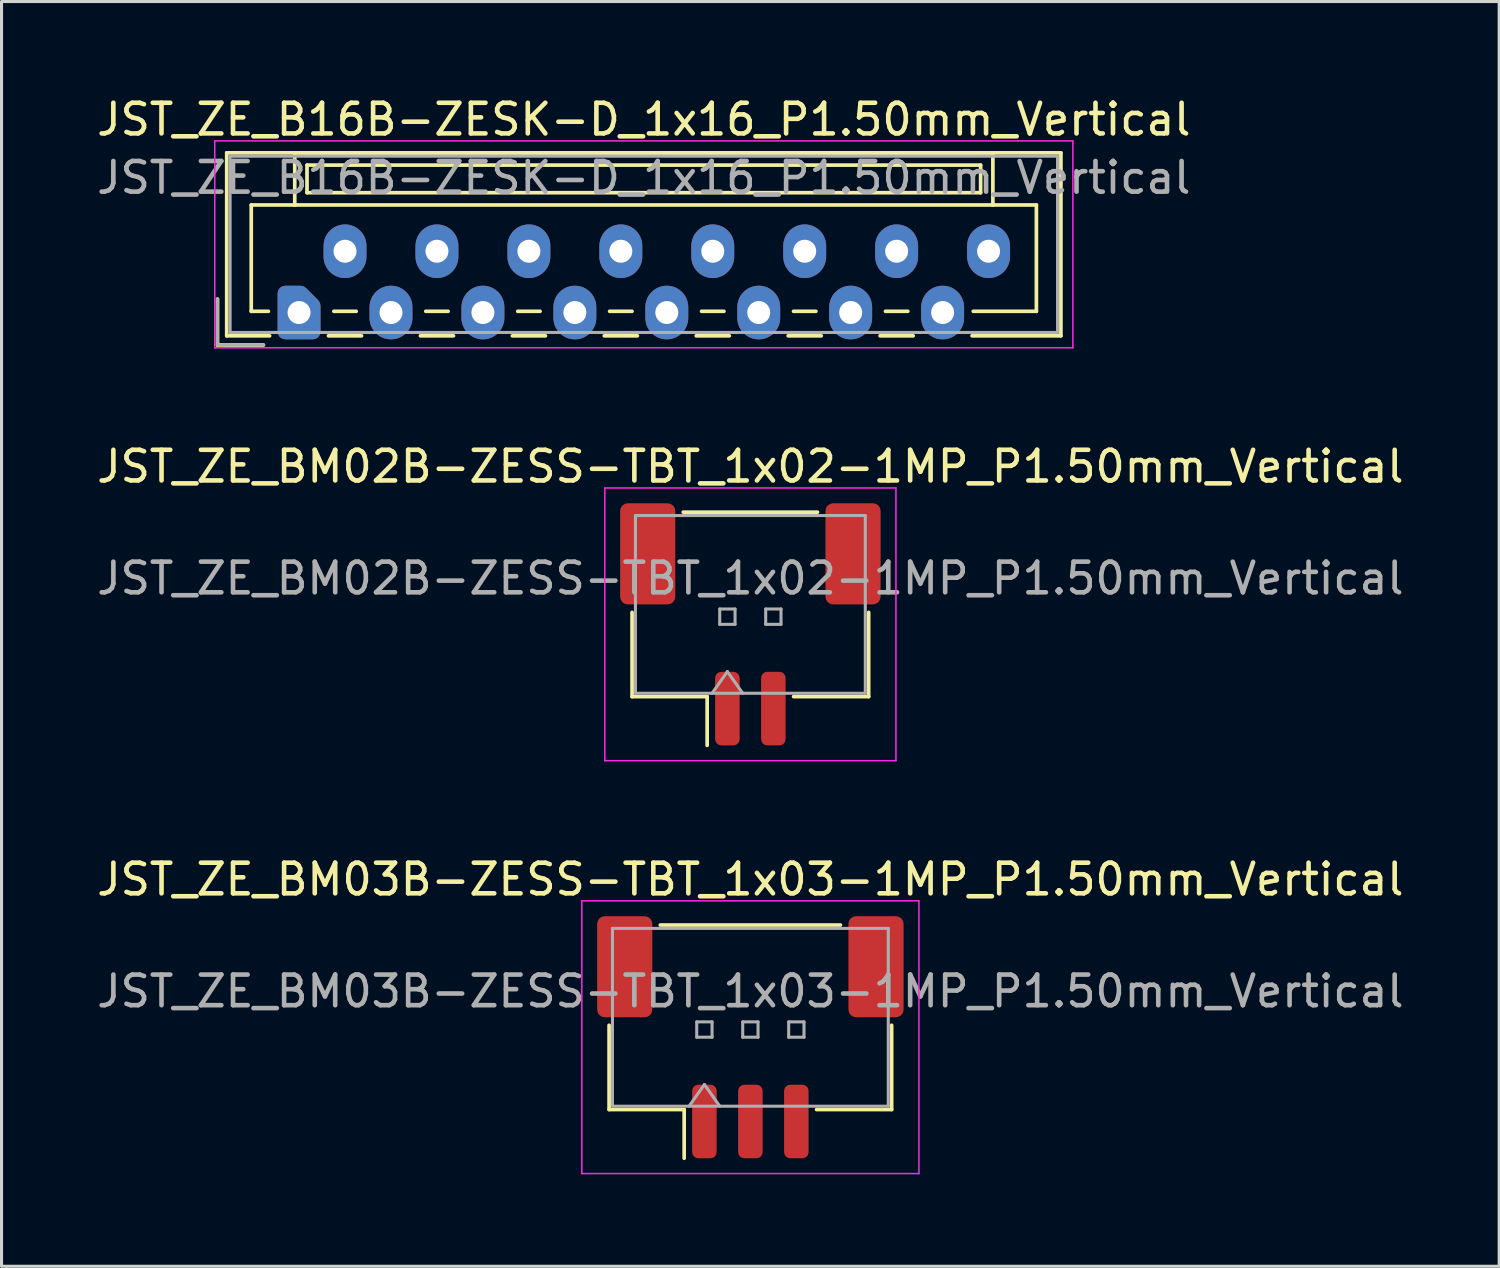
<source format=kicad_pcb>
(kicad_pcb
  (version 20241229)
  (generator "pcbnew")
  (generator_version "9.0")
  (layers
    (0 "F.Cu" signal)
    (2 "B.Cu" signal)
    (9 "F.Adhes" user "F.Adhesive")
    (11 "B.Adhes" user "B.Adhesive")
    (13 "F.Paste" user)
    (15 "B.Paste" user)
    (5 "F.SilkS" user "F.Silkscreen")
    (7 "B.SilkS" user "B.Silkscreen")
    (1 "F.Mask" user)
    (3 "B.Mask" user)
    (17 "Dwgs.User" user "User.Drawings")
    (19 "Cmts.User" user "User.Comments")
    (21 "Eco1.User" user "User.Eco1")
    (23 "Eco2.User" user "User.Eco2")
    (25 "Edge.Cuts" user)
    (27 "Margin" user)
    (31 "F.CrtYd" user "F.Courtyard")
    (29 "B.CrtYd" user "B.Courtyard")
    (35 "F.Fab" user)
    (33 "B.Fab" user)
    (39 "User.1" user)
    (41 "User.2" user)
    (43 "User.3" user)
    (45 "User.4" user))
  (footprint "JST_ZE_BM02B-ZESS-TBT_1x02-1MP_P1.50mm_Vertical"
    (layer "F.Cu")
    (at 21.435 17.322)
    (property "Reference" "JST_ZE_BM02B-ZESS-TBT_1x02-1MP_P1.50mm_Vertical" (at 0 -5.15 0) (layer "F.SilkS") (effects (font (size 1 1) (thickness 0.15))))
    (attr smd)
    (fp_line (start -3.86 -0.39) (end -3.86 2.36) (stroke (width 0.12) (type solid)) (layer "F.SilkS"))
    (fp_line (start -3.86 2.36) (end -1.41 2.36) (stroke (width 0.12) (type solid)) (layer "F.SilkS"))
    (fp_line (start -2.19 -3.66) (end 2.19 -3.66) (stroke (width 0.12) (type solid)) (layer "F.SilkS"))
    (fp_line (start -1.41 2.36) (end -1.41 3.95) (stroke (width 0.12) (type solid)) (layer "F.SilkS"))
    (fp_line (start 3.86 -0.39) (end 3.86 2.36) (stroke (width 0.12) (type solid)) (layer "F.SilkS"))
    (fp_line (start 3.86 2.36) (end 1.41 2.36) (stroke (width 0.12) (type solid)) (layer "F.SilkS"))
    (fp_line (start -4.75 -4.45) (end -4.75 4.45) (stroke (width 0.05) (type solid)) (layer "F.CrtYd"))
    (fp_line (start -4.75 4.45) (end 4.75 4.45) (stroke (width 0.05) (type solid)) (layer "F.CrtYd"))
    (fp_line (start 4.75 -4.45) (end -4.75 -4.45) (stroke (width 0.05) (type solid)) (layer "F.CrtYd"))
    (fp_line (start 4.75 4.45) (end 4.75 -4.45) (stroke (width 0.05) (type solid)) (layer "F.CrtYd"))
    (fp_line (start -3.75 -3.55) (end 3.75 -3.55) (stroke (width 0.1) (type solid)) (layer "F.Fab"))
    (fp_line (start -3.75 2.25) (end -3.75 -3.55) (stroke (width 0.1) (type solid)) (layer "F.Fab"))
    (fp_line (start -3.75 2.25) (end 3.75 2.25) (stroke (width 0.1) (type solid)) (layer "F.Fab"))
    (fp_line (start -1.25 2.25) (end -0.75 1.543) (stroke (width 0.1) (type solid)) (layer "F.Fab"))
    (fp_line (start -1 -0.5) (end -1 0) (stroke (width 0.1) (type solid)) (layer "F.Fab"))
    (fp_line (start -1 0) (end -0.5 0) (stroke (width 0.1) (type solid)) (layer "F.Fab"))
    (fp_line (start -0.75 1.543) (end -0.25 2.25) (stroke (width 0.1) (type solid)) (layer "F.Fab"))
    (fp_line (start -0.5 -0.5) (end -1 -0.5) (stroke (width 0.1) (type solid)) (layer "F.Fab"))
    (fp_line (start -0.5 0) (end -0.5 -0.5) (stroke (width 0.1) (type solid)) (layer "F.Fab"))
    (fp_line (start 0.5 -0.5) (end 0.5 0) (stroke (width 0.1) (type solid)) (layer "F.Fab"))
    (fp_line (start 0.5 0) (end 1 0) (stroke (width 0.1) (type solid)) (layer "F.Fab"))
    (fp_line (start 1 -0.5) (end 0.5 -0.5) (stroke (width 0.1) (type solid)) (layer "F.Fab"))
    (fp_line (start 1 0) (end 1 -0.5) (stroke (width 0.1) (type solid)) (layer "F.Fab"))
    (fp_line (start 3.75 2.25) (end 3.75 -3.55) (stroke (width 0.1) (type solid)) (layer "F.Fab"))
    (fp_text user "${REFERENCE}" (at 0 -1.5 0) (layer "F.Fab") (effects (font (size 1 1) (thickness 0.15))))
    (pad "1" smd roundrect (at -0.75 2.75) (size 0.8 2.4) (layers "F.Cu" "F.Mask" "F.Paste") (roundrect_rratio 0.25))
    (pad "2" smd roundrect (at 0.75 2.75) (size 0.8 2.4) (layers "F.Cu" "F.Mask" "F.Paste") (roundrect_rratio 0.25))
    (pad "MP" smd roundrect (at -3.35 -2.3) (size 1.8 3.3) (layers "F.Cu" "F.Mask" "F.Paste") (roundrect_rratio 0.139))
    (pad "MP" smd roundrect (at 3.35 -2.3) (size 1.8 3.3) (layers "F.Cu" "F.Mask" "F.Paste") (roundrect_rratio 0.139)))
  (footprint "JST_ZE_BM03B-ZESS-TBT_1x03-1MP_P1.50mm_Vertical"
    (layer "F.Cu")
    (at 21.435 30.795)
    (property "Reference" "JST_ZE_BM03B-ZESS-TBT_1x03-1MP_P1.50mm_Vertical" (at 0 -5.15 0) (layer "F.SilkS") (effects (font (size 1 1) (thickness 0.15))))
    (attr smd)
    (fp_line (start -4.61 -0.39) (end -4.61 2.36) (stroke (width 0.12) (type solid)) (layer "F.SilkS"))
    (fp_line (start -4.61 2.36) (end -2.16 2.36) (stroke (width 0.12) (type solid)) (layer "F.SilkS"))
    (fp_line (start -2.94 -3.66) (end 2.94 -3.66) (stroke (width 0.12) (type solid)) (layer "F.SilkS"))
    (fp_line (start -2.16 2.36) (end -2.16 3.95) (stroke (width 0.12) (type solid)) (layer "F.SilkS"))
    (fp_line (start 4.61 -0.39) (end 4.61 2.36) (stroke (width 0.12) (type solid)) (layer "F.SilkS"))
    (fp_line (start 4.61 2.36) (end 2.16 2.36) (stroke (width 0.12) (type solid)) (layer "F.SilkS"))
    (fp_line (start -5.5 -4.45) (end -5.5 4.45) (stroke (width 0.05) (type solid)) (layer "F.CrtYd"))
    (fp_line (start -5.5 4.45) (end 5.5 4.45) (stroke (width 0.05) (type solid)) (layer "F.CrtYd"))
    (fp_line (start 5.5 -4.45) (end -5.5 -4.45) (stroke (width 0.05) (type solid)) (layer "F.CrtYd"))
    (fp_line (start 5.5 4.45) (end 5.5 -4.45) (stroke (width 0.05) (type solid)) (layer "F.CrtYd"))
    (fp_line (start -4.5 -3.55) (end 4.5 -3.55) (stroke (width 0.1) (type solid)) (layer "F.Fab"))
    (fp_line (start -4.5 2.25) (end -4.5 -3.55) (stroke (width 0.1) (type solid)) (layer "F.Fab"))
    (fp_line (start -4.5 2.25) (end 4.5 2.25) (stroke (width 0.1) (type solid)) (layer "F.Fab"))
    (fp_line (start -2 2.25) (end -1.5 1.543) (stroke (width 0.1) (type solid)) (layer "F.Fab"))
    (fp_line (start -1.75 -0.5) (end -1.75 0) (stroke (width 0.1) (type solid)) (layer "F.Fab"))
    (fp_line (start -1.75 0) (end -1.25 0) (stroke (width 0.1) (type solid)) (layer "F.Fab"))
    (fp_line (start -1.5 1.543) (end -1 2.25) (stroke (width 0.1) (type solid)) (layer "F.Fab"))
    (fp_line (start -1.25 -0.5) (end -1.75 -0.5) (stroke (width 0.1) (type solid)) (layer "F.Fab"))
    (fp_line (start -1.25 0) (end -1.25 -0.5) (stroke (width 0.1) (type solid)) (layer "F.Fab"))
    (fp_line (start -0.25 -0.5) (end -0.25 0) (stroke (width 0.1) (type solid)) (layer "F.Fab"))
    (fp_line (start -0.25 0) (end 0.25 0) (stroke (width 0.1) (type solid)) (layer "F.Fab"))
    (fp_line (start 0.25 -0.5) (end -0.25 -0.5) (stroke (width 0.1) (type solid)) (layer "F.Fab"))
    (fp_line (start 0.25 0) (end 0.25 -0.5) (stroke (width 0.1) (type solid)) (layer "F.Fab"))
    (fp_line (start 1.25 -0.5) (end 1.25 0) (stroke (width 0.1) (type solid)) (layer "F.Fab"))
    (fp_line (start 1.25 0) (end 1.75 0) (stroke (width 0.1) (type solid)) (layer "F.Fab"))
    (fp_line (start 1.75 -0.5) (end 1.25 -0.5) (stroke (width 0.1) (type solid)) (layer "F.Fab"))
    (fp_line (start 1.75 0) (end 1.75 -0.5) (stroke (width 0.1) (type solid)) (layer "F.Fab"))
    (fp_line (start 4.5 2.25) (end 4.5 -3.55) (stroke (width 0.1) (type solid)) (layer "F.Fab"))
    (fp_text user "${REFERENCE}" (at 0 -1.5 0) (layer "F.Fab") (effects (font (size 1 1) (thickness 0.15))))
    (pad "1" smd roundrect (at -1.5 2.75) (size 0.8 2.4) (layers "F.Cu" "F.Mask" "F.Paste") (roundrect_rratio 0.25))
    (pad "2" smd roundrect (at 0 2.75) (size 0.8 2.4) (layers "F.Cu" "F.Mask" "F.Paste") (roundrect_rratio 0.25))
    (pad "3" smd roundrect (at 1.5 2.75) (size 0.8 2.4) (layers "F.Cu" "F.Mask" "F.Paste") (roundrect_rratio 0.25))
    (pad "MP" smd roundrect (at -4.1 -2.3) (size 1.8 3.3) (layers "F.Cu" "F.Mask" "F.Paste") (roundrect_rratio 0.139))
    (pad "MP" smd roundrect (at 4.1 -2.3) (size 1.8 3.3) (layers "F.Cu" "F.Mask" "F.Paste") (roundrect_rratio 0.139)))
  (footprint "JST_ZE_B16B-ZESK-D_1x16_P1.50mm_Vertical"
    (layer "F.Cu")
    (at 6.708 7.148)
    (property "Reference" "JST_ZE_B16B-ZESK-D_1x16_P1.50mm_Vertical" (at 11.25 -6.3 0) (layer "F.SilkS") (effects (font (size 1 1) (thickness 0.15))))
    (attr through_hole)
    (fp_line (start -2.66 -0.44) (end -2.66 1.06) (stroke (width 0.12) (type solid)) (layer "F.SilkS"))
    (fp_line (start -2.66 1.06) (end -1.16 1.06) (stroke (width 0.12) (type solid)) (layer "F.SilkS"))
    (fp_line (start -2.36 -5.21) (end 24.86 -5.21) (stroke (width 0.12) (type solid)) (layer "F.SilkS"))
    (fp_line (start -2.36 0.76) (end -2.36 -5.21) (stroke (width 0.12) (type solid)) (layer "F.SilkS"))
    (fp_line (start -1.56 -3.51) (end -1.56 -0.04) (stroke (width 0.12) (type solid)) (layer "F.SilkS"))
    (fp_line (start -1.56 -0.04) (end -1 -0.04) (stroke (width 0.12) (type solid)) (layer "F.SilkS"))
    (fp_line (start -0.96 0.76) (end -2.36 0.76) (stroke (width 0.12) (type solid)) (layer "F.SilkS"))
    (fp_line (start -0.14 -5.21) (end -0.14 -3.51) (stroke (width 0.12) (type solid)) (layer "F.SilkS"))
    (fp_line (start -0.14 -3.51) (end -1.56 -3.51) (stroke (width 0.12) (type solid)) (layer "F.SilkS"))
    (fp_line (start -0.14 -3.51) (end 22.64 -3.51) (stroke (width 0.12) (type solid)) (layer "F.SilkS"))
    (fp_line (start 0.26 -4.81) (end 0.26 -3.91) (stroke (width 0.12) (type solid)) (layer "F.SilkS"))
    (fp_line (start 0.26 -3.91) (end 22.24 -3.91) (stroke (width 0.12) (type solid)) (layer "F.SilkS"))
    (fp_line (start 0.96 0.76) (end 2.04 0.76) (stroke (width 0.12) (type solid)) (layer "F.SilkS"))
    (fp_line (start 1.135 -0.04) (end 1.865 -0.04) (stroke (width 0.12) (type solid)) (layer "F.SilkS"))
    (fp_line (start 3.96 0.76) (end 5.04 0.76) (stroke (width 0.12) (type solid)) (layer "F.SilkS"))
    (fp_line (start 4.135 -0.04) (end 4.865 -0.04) (stroke (width 0.12) (type solid)) (layer "F.SilkS"))
    (fp_line (start 6.96 0.76) (end 8.04 0.76) (stroke (width 0.12) (type solid)) (layer "F.SilkS"))
    (fp_line (start 7.135 -0.04) (end 7.865 -0.04) (stroke (width 0.12) (type solid)) (layer "F.SilkS"))
    (fp_line (start 9.96 0.76) (end 11.04 0.76) (stroke (width 0.12) (type solid)) (layer "F.SilkS"))
    (fp_line (start 10.135 -0.04) (end 10.865 -0.04) (stroke (width 0.12) (type solid)) (layer "F.SilkS"))
    (fp_line (start 12.96 0.76) (end 14.04 0.76) (stroke (width 0.12) (type solid)) (layer "F.SilkS"))
    (fp_line (start 13.135 -0.04) (end 13.865 -0.04) (stroke (width 0.12) (type solid)) (layer "F.SilkS"))
    (fp_line (start 15.96 0.76) (end 17.04 0.76) (stroke (width 0.12) (type solid)) (layer "F.SilkS"))
    (fp_line (start 16.135 -0.04) (end 16.865 -0.04) (stroke (width 0.12) (type solid)) (layer "F.SilkS"))
    (fp_line (start 18.96 0.76) (end 20.04 0.76) (stroke (width 0.12) (type solid)) (layer "F.SilkS"))
    (fp_line (start 19.135 -0.04) (end 19.865 -0.04) (stroke (width 0.12) (type solid)) (layer "F.SilkS"))
    (fp_line (start 22.24 -4.81) (end 0.26 -4.81) (stroke (width 0.12) (type solid)) (layer "F.SilkS"))
    (fp_line (start 22.24 -3.91) (end 22.24 -4.81) (stroke (width 0.12) (type solid)) (layer "F.SilkS"))
    (fp_line (start 22.64 -5.21) (end -0.14 -5.21) (stroke (width 0.12) (type solid)) (layer "F.SilkS"))
    (fp_line (start 22.64 -3.51) (end 22.64 -5.21) (stroke (width 0.12) (type solid)) (layer "F.SilkS"))
    (fp_line (start 22.64 -3.51) (end 24.06 -3.51) (stroke (width 0.12) (type solid)) (layer "F.SilkS"))
    (fp_line (start 24.06 -3.51) (end 24.06 -0.04) (stroke (width 0.12) (type solid)) (layer "F.SilkS"))
    (fp_line (start 24.06 -0.04) (end 22 -0.04) (stroke (width 0.12) (type solid)) (layer "F.SilkS"))
    (fp_line (start 24.86 -5.21) (end 24.86 0.76) (stroke (width 0.12) (type solid)) (layer "F.SilkS"))
    (fp_line (start 24.86 0.76) (end 21.96 0.76) (stroke (width 0.12) (type solid)) (layer "F.SilkS"))
    (fp_line (start -2.75 -5.6) (end -2.75 1.15) (stroke (width 0.05) (type solid)) (layer "F.CrtYd"))
    (fp_line (start -2.75 1.15) (end 25.25 1.15) (stroke (width 0.05) (type solid)) (layer "F.CrtYd"))
    (fp_line (start 25.25 -5.6) (end -2.75 -5.6) (stroke (width 0.05) (type solid)) (layer "F.CrtYd"))
    (fp_line (start 25.25 1.15) (end 25.25 -5.6) (stroke (width 0.05) (type solid)) (layer "F.CrtYd"))
    (fp_line (start -2.66 -0.44) (end -2.66 1.06) (stroke (width 0.1) (type solid)) (layer "F.Fab"))
    (fp_line (start -2.66 1.06) (end -1.16 1.06) (stroke (width 0.1) (type solid)) (layer "F.Fab"))
    (fp_line (start -2.25 -5.1) (end -2.25 0.65) (stroke (width 0.1) (type solid)) (layer "F.Fab"))
    (fp_line (start -2.25 0.65) (end 24.75 0.65) (stroke (width 0.1) (type solid)) (layer "F.Fab"))
    (fp_line (start 24.75 -5.1) (end -2.25 -5.1) (stroke (width 0.1) (type solid)) (layer "F.Fab"))
    (fp_line (start 24.75 0.65) (end 24.75 -5.1) (stroke (width 0.1) (type solid)) (layer "F.Fab"))
    (fp_text user "${REFERENCE}" (at 11.25 -4.4 0) (layer "F.Fab") (effects (font (size 1 1) (thickness 0.15))))
    (pad "1" thru_hole custom (at 0 0) (size 1.117 1.117) (drill 0.75) (layers "*.Cu" "*.Mask") (options (anchor circle)) (primitives (gr_poly (pts (xy 0.45 -0.225) (xy 0.45 0.625) (xy -0.45 0.625) (xy -0.45 -0.625) (xy 0.05 -0.625)) (width 0.5) (fill yes))))
    (pad "2" thru_hole oval (at 1.5 -2) (size 1.4 1.75) (drill 0.75) (layers "*.Cu" "*.Mask"))
    (pad "3" thru_hole oval (at 3 0) (size 1.4 1.75) (drill 0.75) (layers "*.Cu" "*.Mask"))
    (pad "4" thru_hole oval (at 4.5 -2) (size 1.4 1.75) (drill 0.75) (layers "*.Cu" "*.Mask"))
    (pad "5" thru_hole oval (at 6 0) (size 1.4 1.75) (drill 0.75) (layers "*.Cu" "*.Mask"))
    (pad "6" thru_hole oval (at 7.5 -2) (size 1.4 1.75) (drill 0.75) (layers "*.Cu" "*.Mask"))
    (pad "7" thru_hole oval (at 9 0) (size 1.4 1.75) (drill 0.75) (layers "*.Cu" "*.Mask"))
    (pad "8" thru_hole oval (at 10.5 -2) (size 1.4 1.75) (drill 0.75) (layers "*.Cu" "*.Mask"))
    (pad "9" thru_hole oval (at 12 0) (size 1.4 1.75) (drill 0.75) (layers "*.Cu" "*.Mask"))
    (pad "10" thru_hole oval (at 13.5 -2) (size 1.4 1.75) (drill 0.75) (layers "*.Cu" "*.Mask"))
    (pad "11" thru_hole oval (at 15 0) (size 1.4 1.75) (drill 0.75) (layers "*.Cu" "*.Mask"))
    (pad "12" thru_hole oval (at 16.5 -2) (size 1.4 1.75) (drill 0.75) (layers "*.Cu" "*.Mask"))
    (pad "13" thru_hole oval (at 18 0) (size 1.4 1.75) (drill 0.75) (layers "*.Cu" "*.Mask"))
    (pad "14" thru_hole oval (at 19.5 -2) (size 1.4 1.75) (drill 0.75) (layers "*.Cu" "*.Mask"))
    (pad "15" thru_hole oval (at 21 0) (size 1.4 1.75) (drill 0.75) (layers "*.Cu" "*.Mask"))
    (pad "16" thru_hole oval (at 22.5 -2) (size 1.4 1.75) (drill 0.75) (layers "*.Cu" "*.Mask")))
  (gr_rect
    (start -3 -3)
    (end 45.869 38.27)
    (stroke (width 0.1) (type default))
    (fill no)
    (layer "Edge.Cuts")))
</source>
